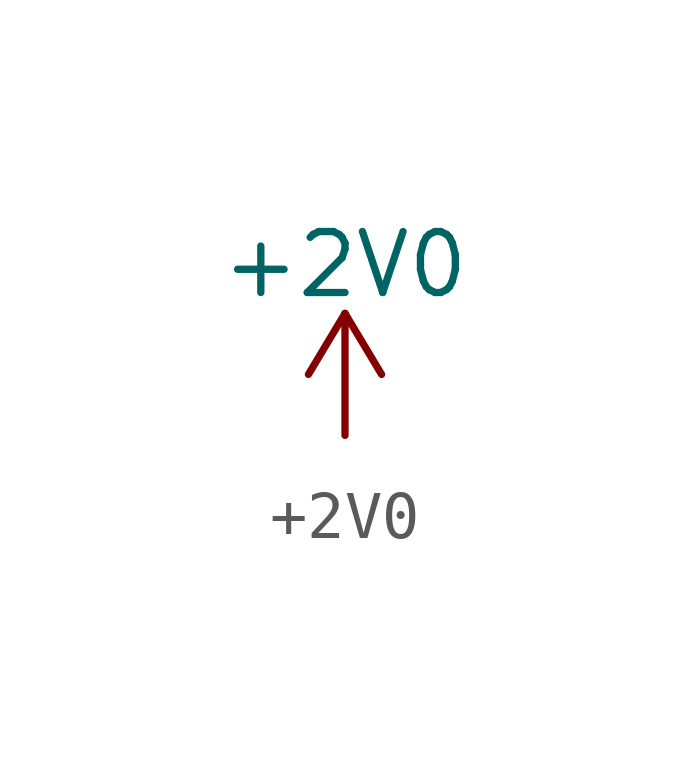
<source format=kicad_sym>
(kicad_symbol_lib
  (version 20210619)
  (generator kicad_symbol_editor)
  (symbol "custom:+2V0"
    (power)
    (pin_names
      (offset 0))
    (property "Reference" "#PWR"
      (at 0 -3.81 0)
      (effects (font (size 1.27 1.27)) hide))
    (property "Value" "+2V0"
      (at 0 3.556 0)
      (effects (font (size 1.27 1.27))))
    (symbol "+2V0_0_1"
      (polyline (pts (xy -0.762 1.27) (xy 0 2.54)) (stroke (width 0)) (fill (type none)))
      (polyline (pts (xy 0 0) (xy 0 2.54)) (stroke (width 0)) (fill (type none)))
      (polyline (pts (xy 0 2.54) (xy 0.762 1.27)) (stroke (width 0)) (fill (type none))))
    (symbol "+2V0_1_1"
      (pin power_in line (at 0 0 90) (length 0) hide (name "+2V0" (effects (font (size 1.27 1.27)))) (number "1" (effects (font (size 1.27 1.27))))))))
</source>
